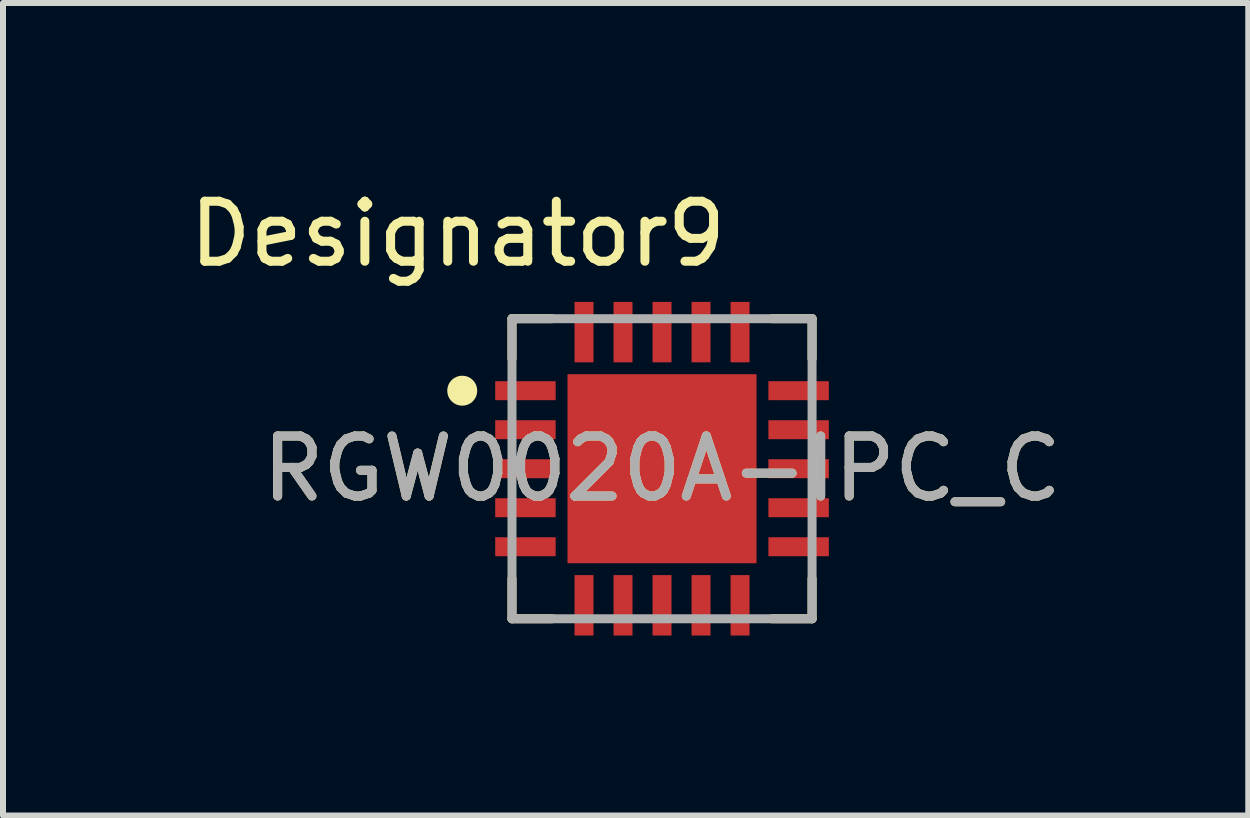
<source format=kicad_pcb>
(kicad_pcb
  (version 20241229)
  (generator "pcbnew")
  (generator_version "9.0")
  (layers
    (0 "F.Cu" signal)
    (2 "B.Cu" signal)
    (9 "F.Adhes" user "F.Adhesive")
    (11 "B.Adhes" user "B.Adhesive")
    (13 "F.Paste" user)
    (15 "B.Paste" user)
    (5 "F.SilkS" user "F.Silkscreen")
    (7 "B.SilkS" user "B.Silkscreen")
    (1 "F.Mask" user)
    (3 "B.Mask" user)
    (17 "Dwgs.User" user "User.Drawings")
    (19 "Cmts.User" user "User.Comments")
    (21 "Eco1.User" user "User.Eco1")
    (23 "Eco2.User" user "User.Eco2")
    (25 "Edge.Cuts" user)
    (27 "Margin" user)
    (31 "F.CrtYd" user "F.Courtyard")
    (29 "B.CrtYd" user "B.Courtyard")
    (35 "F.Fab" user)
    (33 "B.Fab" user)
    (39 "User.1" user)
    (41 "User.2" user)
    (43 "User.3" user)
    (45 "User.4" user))
  (footprint "RGW0020A-IPC_C"
    (layer "F.Cu")
    (at 7.981 4.76)
    (property "Reference" "RGW0020A-IPC_C" (at 0 0 0) (unlocked yes) (layer "F.SilkS") (effects (font (size 1 1) (thickness 0.15))))
    (attr smd)
    (fp_line (start -2.5 -2.5) (end -1.833 -2.5) (stroke (width 0.15) (type solid)) (layer "F.SilkS"))
    (fp_line (start -2.5 -1.833) (end -2.5 -2.5) (stroke (width 0.15) (type solid)) (layer "F.SilkS"))
    (fp_line (start -2.5 2.5) (end -2.5 1.833) (stroke (width 0.15) (type solid)) (layer "F.SilkS"))
    (fp_line (start -2.5 2.5) (end -1.833 2.5) (stroke (width 0.15) (type solid)) (layer "F.SilkS"))
    (fp_line (start 1.833 -2.5) (end 2.5 -2.5) (stroke (width 0.15) (type solid)) (layer "F.SilkS"))
    (fp_line (start 1.833 2.5) (end 2.5 2.5) (stroke (width 0.15) (type solid)) (layer "F.SilkS"))
    (fp_line (start 2.5 -1.833) (end 2.5 -2.5) (stroke (width 0.15) (type solid)) (layer "F.SilkS"))
    (fp_line (start 2.5 2.5) (end 2.5 1.833) (stroke (width 0.15) (type solid)) (layer "F.SilkS"))
    (fp_circle (center -3.329 -1.3) (end -3.204 -1.3) (stroke (width 0.25) (type solid)) (fill no) (layer "F.SilkS"))
    (fp_poly (pts (xy -0.996 0.996) (xy 0.996 0.996) (xy 0.996 -0.996) (xy -0.996 -0.996)) (stroke (width 0) (type solid)) (fill yes) (layer "F.Paste"))
    (fp_line (start -2.5 -2.5) (end 2.5 -2.5) (stroke (width 0.15) (type solid)) (layer "F.Fab"))
    (fp_line (start -2.5 2.5) (end -2.5 -2.5) (stroke (width 0.15) (type solid)) (layer "F.Fab"))
    (fp_line (start -2.5 2.5) (end 2.5 2.5) (stroke (width 0.15) (type solid)) (layer "F.Fab"))
    (fp_line (start 2.5 2.5) (end 2.5 -2.5) (stroke (width 0.15) (type solid)) (layer "F.Fab"))
    (fp_text user "Designator9" (at -3.404 -3.912 0) (unlocked yes) (layer "F.SilkS") (effects (font (size 1 1) (thickness 0.15))))
    (fp_text user "${REFERENCE}" (at 0 0 0) (unlocked yes) (layer "F.Fab") (effects (font (size 1 1) (thickness 0.15))))
    (pad "1" smd rect (at -2.276 -1.3 90) (size 0.316 1.007) (layers "F.Cu" "F.Mask" "F.Paste"))
    (pad "2" smd rect (at -2.276 -0.65 90) (size 0.316 1.007) (layers "F.Cu" "F.Mask" "F.Paste"))
    (pad "3" smd rect (at -2.276 0 90) (size 0.316 1.007) (layers "F.Cu" "F.Mask" "F.Paste"))
    (pad "4" smd rect (at -2.276 0.65 90) (size 0.316 1.007) (layers "F.Cu" "F.Mask" "F.Paste"))
    (pad "5" smd rect (at -2.276 1.3 90) (size 0.316 1.007) (layers "F.Cu" "F.Mask" "F.Paste"))
    (pad "6" smd rect (at -1.3 2.276) (size 0.316 1.007) (layers "F.Cu" "F.Mask" "F.Paste"))
    (pad "7" smd rect (at -0.65 2.276) (size 0.316 1.007) (layers "F.Cu" "F.Mask" "F.Paste"))
    (pad "8" smd rect (at 0 2.276) (size 0.316 1.007) (layers "F.Cu" "F.Mask" "F.Paste"))
    (pad "9" smd rect (at 0.65 2.276) (size 0.316 1.007) (layers "F.Cu" "F.Mask" "F.Paste"))
    (pad "10" smd rect (at 1.3 2.276) (size 0.316 1.007) (layers "F.Cu" "F.Mask" "F.Paste"))
    (pad "11" smd rect (at 2.276 1.3 90) (size 0.316 1.007) (layers "F.Cu" "F.Mask" "F.Paste"))
    (pad "12" smd rect (at 2.276 0.65 90) (size 0.316 1.007) (layers "F.Cu" "F.Mask" "F.Paste"))
    (pad "13" smd rect (at 2.276 0 90) (size 0.316 1.007) (layers "F.Cu" "F.Mask" "F.Paste"))
    (pad "14" smd rect (at 2.276 -0.65 90) (size 0.316 1.007) (layers "F.Cu" "F.Mask" "F.Paste"))
    (pad "15" smd rect (at 2.276 -1.3 90) (size 0.316 1.007) (layers "F.Cu" "F.Mask" "F.Paste"))
    (pad "16" smd rect (at 1.3 -2.276) (size 0.316 1.007) (layers "F.Cu" "F.Mask" "F.Paste"))
    (pad "17" smd rect (at 0.65 -2.276) (size 0.316 1.007) (layers "F.Cu" "F.Mask" "F.Paste"))
    (pad "18" smd rect (at 0 -2.276) (size 0.316 1.007) (layers "F.Cu" "F.Mask" "F.Paste"))
    (pad "19" smd rect (at -0.65 -2.276) (size 0.316 1.007) (layers "F.Cu" "F.Mask" "F.Paste"))
    (pad "20" smd rect (at -1.3 -2.276) (size 0.316 1.007) (layers "F.Cu" "F.Mask" "F.Paste"))
    (pad "21" smd rect (at 0 0) (size 3.15 3.15) (layers "F.Cu" "F.Mask")))
  (gr_rect
    (start -3 -3)
    (end 17.749 10.539)
    (stroke (width 0.1) (type default))
    (fill no)
    (layer "Edge.Cuts")))
</source>
